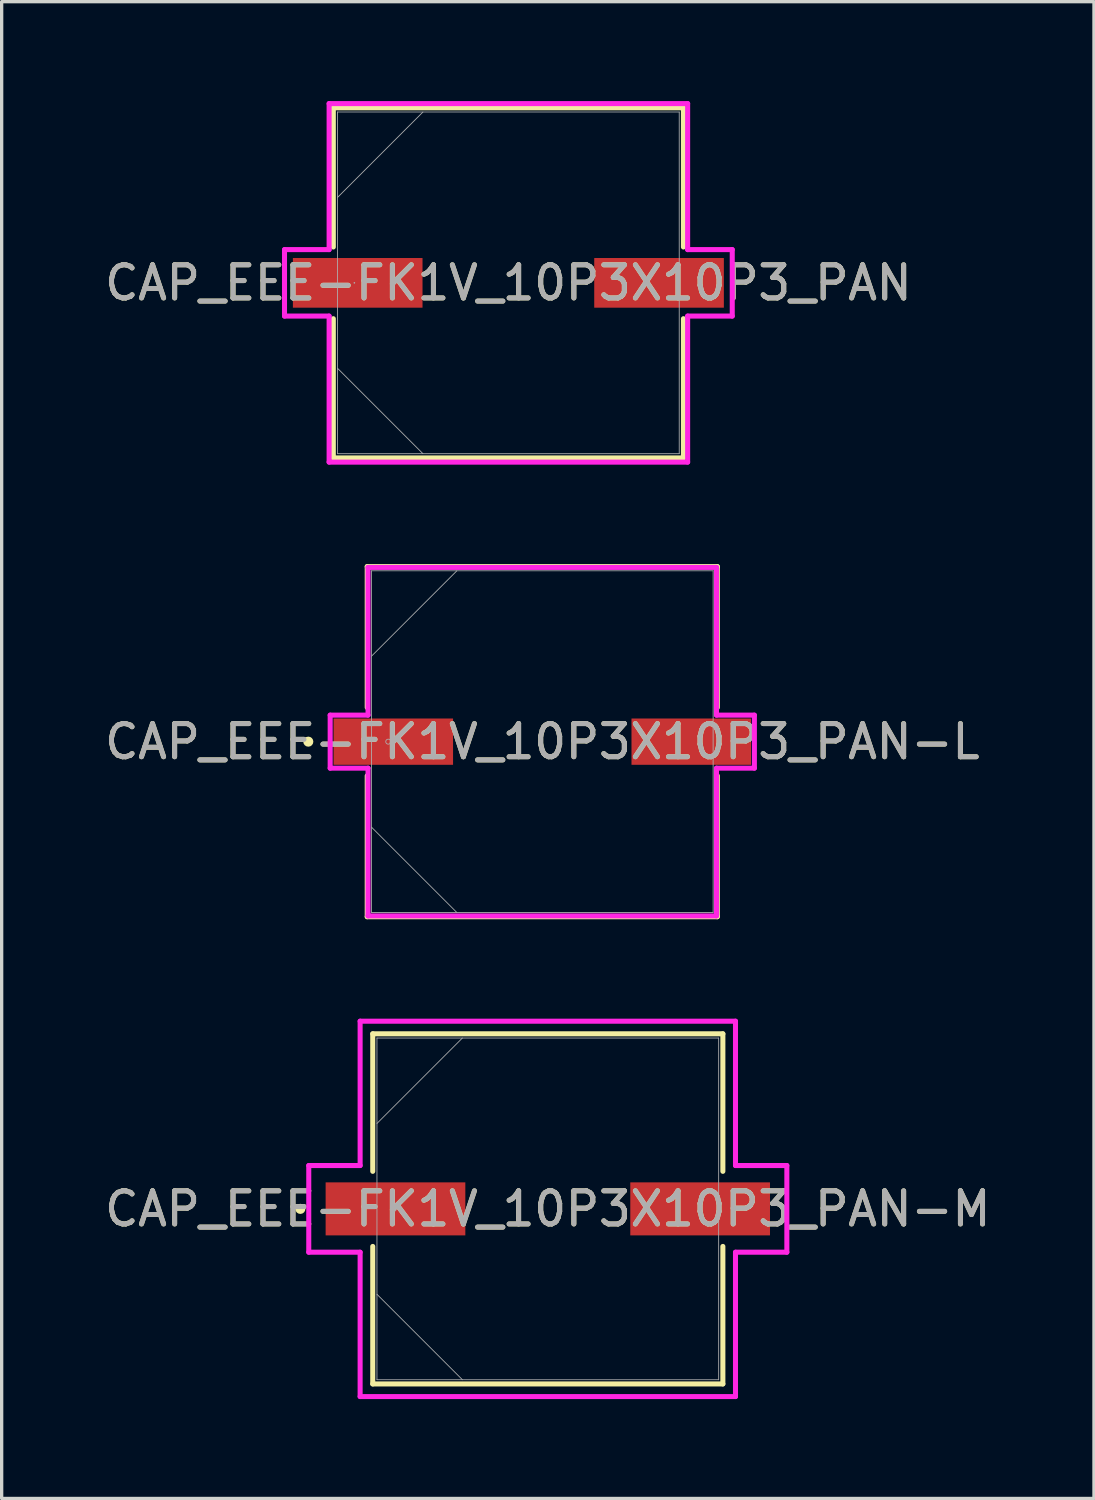
<source format=kicad_pcb>
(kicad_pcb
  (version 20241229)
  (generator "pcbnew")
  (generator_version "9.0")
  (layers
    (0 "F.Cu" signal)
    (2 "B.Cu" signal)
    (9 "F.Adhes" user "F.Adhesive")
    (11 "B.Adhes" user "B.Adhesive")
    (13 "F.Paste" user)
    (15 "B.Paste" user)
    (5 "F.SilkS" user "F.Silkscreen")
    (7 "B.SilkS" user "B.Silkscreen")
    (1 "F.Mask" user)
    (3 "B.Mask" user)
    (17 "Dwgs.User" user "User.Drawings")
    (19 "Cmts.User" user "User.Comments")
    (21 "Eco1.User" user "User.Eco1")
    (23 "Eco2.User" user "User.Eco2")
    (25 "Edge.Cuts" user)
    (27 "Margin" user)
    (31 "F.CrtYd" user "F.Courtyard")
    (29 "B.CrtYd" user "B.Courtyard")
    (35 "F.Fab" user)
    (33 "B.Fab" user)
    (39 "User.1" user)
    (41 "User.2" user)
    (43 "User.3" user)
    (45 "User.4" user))
  (footprint "CAP_EEE-FK1V_10P3X10P3_PAN-L"
    (layer "F.Cu")
    (at 13.315 19.332)
    (property "Reference" "CAP_EEE-FK1V_10P3X10P3_PAN-L" (at 0 0 0) (unlocked yes) (layer "F.SilkS") (effects (font (size 1 1) (thickness 0.15))))
    (attr smd)
    (fp_line (start -5.283 -5.283) (end -5.283 -1.031) (stroke (width 0.152) (type solid)) (layer "F.SilkS"))
    (fp_line (start -5.283 1.031) (end -5.283 5.283) (stroke (width 0.152) (type solid)) (layer "F.SilkS"))
    (fp_line (start -5.283 5.283) (end 5.283 5.283) (stroke (width 0.152) (type solid)) (layer "F.SilkS"))
    (fp_line (start 5.283 -5.283) (end -5.283 -5.283) (stroke (width 0.152) (type solid)) (layer "F.SilkS"))
    (fp_line (start 5.283 -1.031) (end 5.283 -5.283) (stroke (width 0.152) (type solid)) (layer "F.SilkS"))
    (fp_line (start 5.283 5.283) (end 5.283 1.031) (stroke (width 0.152) (type solid)) (layer "F.SilkS"))
    (fp_circle (center -7.061 0) (end -6.985 0) (stroke (width 0.152) (type solid)) (fill no) (layer "F.SilkS"))
    (fp_line (start -6.401 -0.8) (end -5.258 -0.8) (stroke (width 0.152) (type solid)) (layer "F.CrtYd"))
    (fp_line (start -6.401 0.8) (end -6.401 -0.8) (stroke (width 0.152) (type solid)) (layer "F.CrtYd"))
    (fp_line (start -5.258 -5.258) (end 5.258 -5.258) (stroke (width 0.152) (type solid)) (layer "F.CrtYd"))
    (fp_line (start -5.258 -0.8) (end -5.258 -5.258) (stroke (width 0.152) (type solid)) (layer "F.CrtYd"))
    (fp_line (start -5.258 0.8) (end -6.401 0.8) (stroke (width 0.152) (type solid)) (layer "F.CrtYd"))
    (fp_line (start -5.258 5.258) (end -5.258 0.8) (stroke (width 0.152) (type solid)) (layer "F.CrtYd"))
    (fp_line (start 5.258 -5.258) (end 5.258 -0.8) (stroke (width 0.152) (type solid)) (layer "F.CrtYd"))
    (fp_line (start 5.258 -0.8) (end 6.401 -0.8) (stroke (width 0.152) (type solid)) (layer "F.CrtYd"))
    (fp_line (start 5.258 0.8) (end 5.258 5.258) (stroke (width 0.152) (type solid)) (layer "F.CrtYd"))
    (fp_line (start 5.258 5.258) (end -5.258 5.258) (stroke (width 0.152) (type solid)) (layer "F.CrtYd"))
    (fp_line (start 6.401 -0.8) (end 6.401 0.8) (stroke (width 0.152) (type solid)) (layer "F.CrtYd"))
    (fp_line (start 6.401 0.8) (end 5.258 0.8) (stroke (width 0.152) (type solid)) (layer "F.CrtYd"))
    (fp_line (start -5.156 -5.156) (end -5.156 5.156) (stroke (width 0.025) (type solid)) (layer "F.Fab"))
    (fp_line (start -5.156 -2.578) (end -2.578 -5.156) (stroke (width 0.025) (type solid)) (layer "F.Fab"))
    (fp_line (start -5.156 2.578) (end -2.578 5.156) (stroke (width 0.025) (type solid)) (layer "F.Fab"))
    (fp_line (start -5.156 5.156) (end 5.156 5.156) (stroke (width 0.025) (type solid)) (layer "F.Fab"))
    (fp_line (start 5.156 -5.156) (end -5.156 -5.156) (stroke (width 0.025) (type solid)) (layer "F.Fab"))
    (fp_line (start 5.156 5.156) (end 5.156 -5.156) (stroke (width 0.025) (type solid)) (layer "F.Fab"))
    (fp_circle (center -4.648 0) (end -4.572 0) (stroke (width 0.025) (type solid)) (fill no) (layer "F.Fab"))
    (fp_text user "${REFERENCE}" (at 0 0 0) (unlocked yes) (layer "F.Fab") (effects (font (size 1 1) (thickness 0.15))))
    (pad "1" smd rect (at -4.496 0) (size 3.607 1.397) (layers "F.Cu" "F.Mask" "F.Paste"))
    (pad "2" smd rect (at 4.496 0) (size 3.607 1.397) (layers "F.Cu" "F.Mask" "F.Paste"))
    (zone (net_name "") (layer "F.Cu") (hatch full 0.508) (connect_pads) (min_thickness 0.254) (filled_areas_thickness no) (keepout (tracks not_allowed) (vias not_allowed) (pads allowed) (copperpour not_allowed) (footprints allowed)) (placement (enabled no)) (fill) (polygon (pts (xy 8.21 14.227) (xy 18.421 14.227) (xy 18.421 18.583) (xy 8.21 18.583))))
    (zone (net_name "") (layer "F.Cu") (hatch full 0.508) (connect_pads) (min_thickness 0.254) (filled_areas_thickness no) (keepout (tracks not_allowed) (vias not_allowed) (pads allowed) (copperpour not_allowed) (footprints allowed)) (placement (enabled no)) (fill) (polygon (pts (xy 8.21 20.081) (xy 18.421 20.081) (xy 18.421 24.438) (xy 8.21 24.438))))
    (zone (net_name "") (layer "F.Cu") (hatch full 0.508) (connect_pads) (min_thickness 0.254) (filled_areas_thickness no) (keepout (tracks not_allowed) (vias not_allowed) (pads allowed) (copperpour not_allowed) (footprints allowed)) (placement (enabled no)) (fill) (polygon (pts (xy 10.674 18.583) (xy 15.957 18.583) (xy 15.957 20.081) (xy 10.674 20.081)))))
  (footprint "CAP_EEE-FK1V_10P3X10P3_PAN-M"
    (layer "F.Cu")
    (at 13.482 33.432)
    (property "Reference" "CAP_EEE-FK1V_10P3X10P3_PAN-M" (at 0 0 0) (unlocked yes) (layer "F.SilkS") (effects (font (size 1 1) (thickness 0.15))))
    (attr smd)
    (fp_line (start -5.283 -5.283) (end -5.283 -1.133) (stroke (width 0.152) (type solid)) (layer "F.SilkS"))
    (fp_line (start -5.283 1.133) (end -5.283 5.283) (stroke (width 0.152) (type solid)) (layer "F.SilkS"))
    (fp_line (start -5.283 5.283) (end 5.283 5.283) (stroke (width 0.152) (type solid)) (layer "F.SilkS"))
    (fp_line (start 5.283 -5.283) (end -5.283 -5.283) (stroke (width 0.152) (type solid)) (layer "F.SilkS"))
    (fp_line (start 5.283 -1.133) (end 5.283 -5.283) (stroke (width 0.152) (type solid)) (layer "F.SilkS"))
    (fp_line (start 5.283 5.283) (end 5.283 1.133) (stroke (width 0.152) (type solid)) (layer "F.SilkS"))
    (fp_circle (center -7.468 0) (end -7.391 0) (stroke (width 0.152) (type solid)) (fill no) (layer "F.SilkS"))
    (fp_line (start -7.214 -1.308) (end -5.664 -1.308) (stroke (width 0.152) (type solid)) (layer "F.CrtYd"))
    (fp_line (start -7.214 1.308) (end -7.214 -1.308) (stroke (width 0.152) (type solid)) (layer "F.CrtYd"))
    (fp_line (start -5.664 -5.664) (end 5.664 -5.664) (stroke (width 0.152) (type solid)) (layer "F.CrtYd"))
    (fp_line (start -5.664 -1.308) (end -5.664 -5.664) (stroke (width 0.152) (type solid)) (layer "F.CrtYd"))
    (fp_line (start -5.664 1.308) (end -7.214 1.308) (stroke (width 0.152) (type solid)) (layer "F.CrtYd"))
    (fp_line (start -5.664 5.664) (end -5.664 1.308) (stroke (width 0.152) (type solid)) (layer "F.CrtYd"))
    (fp_line (start 5.664 -5.664) (end 5.664 -1.308) (stroke (width 0.152) (type solid)) (layer "F.CrtYd"))
    (fp_line (start 5.664 -1.308) (end 7.214 -1.308) (stroke (width 0.152) (type solid)) (layer "F.CrtYd"))
    (fp_line (start 5.664 1.308) (end 5.664 5.664) (stroke (width 0.152) (type solid)) (layer "F.CrtYd"))
    (fp_line (start 5.664 5.664) (end -5.664 5.664) (stroke (width 0.152) (type solid)) (layer "F.CrtYd"))
    (fp_line (start 7.214 -1.308) (end 7.214 1.308) (stroke (width 0.152) (type solid)) (layer "F.CrtYd"))
    (fp_line (start 7.214 1.308) (end 5.664 1.308) (stroke (width 0.152) (type solid)) (layer "F.CrtYd"))
    (fp_line (start -5.156 -5.156) (end -5.156 5.156) (stroke (width 0.025) (type solid)) (layer "F.Fab"))
    (fp_line (start -5.156 -2.578) (end -2.578 -5.156) (stroke (width 0.025) (type solid)) (layer "F.Fab"))
    (fp_line (start -5.156 2.578) (end -2.578 5.156) (stroke (width 0.025) (type solid)) (layer "F.Fab"))
    (fp_line (start -5.156 5.156) (end 5.156 5.156) (stroke (width 0.025) (type solid)) (layer "F.Fab"))
    (fp_line (start 5.156 -5.156) (end -5.156 -5.156) (stroke (width 0.025) (type solid)) (layer "F.Fab"))
    (fp_line (start 5.156 5.156) (end 5.156 -5.156) (stroke (width 0.025) (type solid)) (layer "F.Fab"))
    (fp_circle (center -4.648 0) (end -4.572 0) (stroke (width 0.025) (type solid)) (fill no) (layer "F.Fab"))
    (fp_text user "${REFERENCE}" (at 0 0 0) (unlocked yes) (layer "F.Fab") (effects (font (size 1 1) (thickness 0.15))))
    (pad "1" smd rect (at -4.597 0) (size 4.216 1.6) (layers "F.Cu" "F.Mask" "F.Paste"))
    (pad "2" smd rect (at 4.597 0) (size 4.216 1.6) (layers "F.Cu" "F.Mask" "F.Paste"))
    (zone (net_name "") (layer "F.Cu") (hatch full 0.508) (connect_pads) (min_thickness 0.254) (filled_areas_thickness no) (keepout (tracks not_allowed) (vias not_allowed) (pads allowed) (copperpour not_allowed) (footprints allowed)) (placement (enabled no)) (fill) (polygon (pts (xy 8.377 28.327) (xy 18.588 28.327) (xy 18.588 32.581) (xy 8.377 32.581))))
    (zone (net_name "") (layer "F.Cu") (hatch full 0.508) (connect_pads) (min_thickness 0.254) (filled_areas_thickness no) (keepout (tracks not_allowed) (vias not_allowed) (pads allowed) (copperpour not_allowed) (footprints allowed)) (placement (enabled no)) (fill) (polygon (pts (xy 8.377 34.283) (xy 18.588 34.283) (xy 18.588 38.537) (xy 8.377 38.537))))
    (zone (net_name "") (layer "F.Cu") (hatch full 0.508) (connect_pads) (min_thickness 0.254) (filled_areas_thickness no) (keepout (tracks not_allowed) (vias not_allowed) (pads allowed) (copperpour not_allowed) (footprints allowed)) (placement (enabled no)) (fill) (polygon (pts (xy 11.044 32.581) (xy 15.921 32.581) (xy 15.921 34.283) (xy 11.044 34.283)))))
  (footprint "CAP_EEE-FK1V_10P3X10P3_PAN"
    (layer "F.Cu")
    (at 12.292 5.486)
    (property "Reference" "CAP_EEE-FK1V_10P3X10P3_PAN" (at 0 0 0) (unlocked yes) (layer "F.SilkS") (effects (font (size 1 1) (thickness 0.15))))
    (attr smd)
    (fp_line (start -5.283 -5.283) (end -5.283 -1.082) (stroke (width 0.152) (type solid)) (layer "F.SilkS"))
    (fp_line (start -5.283 1.082) (end -5.283 5.283) (stroke (width 0.152) (type solid)) (layer "F.SilkS"))
    (fp_line (start -5.283 5.283) (end 5.283 5.283) (stroke (width 0.152) (type solid)) (layer "F.SilkS"))
    (fp_line (start 5.283 -5.283) (end -5.283 -5.283) (stroke (width 0.152) (type solid)) (layer "F.SilkS"))
    (fp_line (start 5.283 -1.082) (end 5.283 -5.283) (stroke (width 0.152) (type solid)) (layer "F.SilkS"))
    (fp_line (start 5.283 5.283) (end 5.283 1.082) (stroke (width 0.152) (type solid)) (layer "F.SilkS"))
    (fp_line (start -6.756 -1.003) (end -5.41 -1.003) (stroke (width 0.152) (type solid)) (layer "F.CrtYd"))
    (fp_line (start -6.756 1.003) (end -6.756 -1.003) (stroke (width 0.152) (type solid)) (layer "F.CrtYd"))
    (fp_line (start -5.41 -5.41) (end 5.41 -5.41) (stroke (width 0.152) (type solid)) (layer "F.CrtYd"))
    (fp_line (start -5.41 -1.003) (end -5.41 -5.41) (stroke (width 0.152) (type solid)) (layer "F.CrtYd"))
    (fp_line (start -5.41 1.003) (end -6.756 1.003) (stroke (width 0.152) (type solid)) (layer "F.CrtYd"))
    (fp_line (start -5.41 5.41) (end -5.41 1.003) (stroke (width 0.152) (type solid)) (layer "F.CrtYd"))
    (fp_line (start 5.41 -5.41) (end 5.41 -1.003) (stroke (width 0.152) (type solid)) (layer "F.CrtYd"))
    (fp_line (start 5.41 -1.003) (end 6.756 -1.003) (stroke (width 0.152) (type solid)) (layer "F.CrtYd"))
    (fp_line (start 5.41 1.003) (end 5.41 5.41) (stroke (width 0.152) (type solid)) (layer "F.CrtYd"))
    (fp_line (start 5.41 5.41) (end -5.41 5.41) (stroke (width 0.152) (type solid)) (layer "F.CrtYd"))
    (fp_line (start 6.756 -1.003) (end 6.756 1.003) (stroke (width 0.152) (type solid)) (layer "F.CrtYd"))
    (fp_line (start 6.756 1.003) (end 5.41 1.003) (stroke (width 0.152) (type solid)) (layer "F.CrtYd"))
    (fp_line (start -5.156 -5.156) (end -5.156 5.156) (stroke (width 0.025) (type solid)) (layer "F.Fab"))
    (fp_line (start -5.156 -2.578) (end -2.578 -5.156) (stroke (width 0.025) (type solid)) (layer "F.Fab"))
    (fp_line (start -5.156 2.578) (end -2.578 5.156) (stroke (width 0.025) (type solid)) (layer "F.Fab"))
    (fp_line (start -5.156 5.156) (end 5.156 5.156) (stroke (width 0.025) (type solid)) (layer "F.Fab"))
    (fp_line (start 5.156 -5.156) (end -5.156 -5.156) (stroke (width 0.025) (type solid)) (layer "F.Fab"))
    (fp_line (start 5.156 5.156) (end 5.156 -5.156) (stroke (width 0.025) (type solid)) (layer "F.Fab"))
    (fp_circle (center -4.648 0) (end -4.648 0) (stroke (width 0.025) (type solid)) (fill no) (layer "F.Fab"))
    (fp_text user "${REFERENCE}" (at 0 0 0) (unlocked yes) (layer "F.Fab") (effects (font (size 1 1) (thickness 0.15))))
    (pad "1" smd rect (at -4.547 0) (size 3.912 1.499) (layers "F.Cu" "F.Mask" "F.Paste"))
    (pad "2" smd rect (at 4.547 0) (size 3.912 1.499) (layers "F.Cu" "F.Mask" "F.Paste"))
    (zone (net_name "") (layer "F.Cu") (hatch full 0.508) (connect_pads) (min_thickness 0.254) (filled_areas_thickness no) (keepout (tracks not_allowed) (vias not_allowed) (pads allowed) (copperpour not_allowed) (footprints allowed)) (placement (enabled no)) (fill) (polygon (pts (xy 7.186 0.381) (xy 17.397 0.381) (xy 17.397 4.686) (xy 7.186 4.686))))
    (zone (net_name "") (layer "F.Cu") (hatch full 0.508) (connect_pads) (min_thickness 0.254) (filled_areas_thickness no) (keepout (tracks not_allowed) (vias not_allowed) (pads allowed) (copperpour not_allowed) (footprints allowed)) (placement (enabled no)) (fill) (polygon (pts (xy 7.186 6.287) (xy 17.397 6.287) (xy 17.397 10.592) (xy 7.186 10.592))))
    (zone (net_name "") (layer "F.Cu") (hatch full 0.508) (connect_pads) (min_thickness 0.254) (filled_areas_thickness no) (keepout (tracks not_allowed) (vias not_allowed) (pads allowed) (copperpour not_allowed) (footprints allowed)) (placement (enabled no)) (fill) (polygon (pts (xy 9.752 4.686) (xy 14.832 4.686) (xy 14.832 6.287) (xy 9.752 6.287)))))
  (gr_rect
    (start -3 -3)
    (end 29.964 42.172)
    (stroke (width 0.1) (type default))
    (fill no)
    (layer "Edge.Cuts")))
</source>
